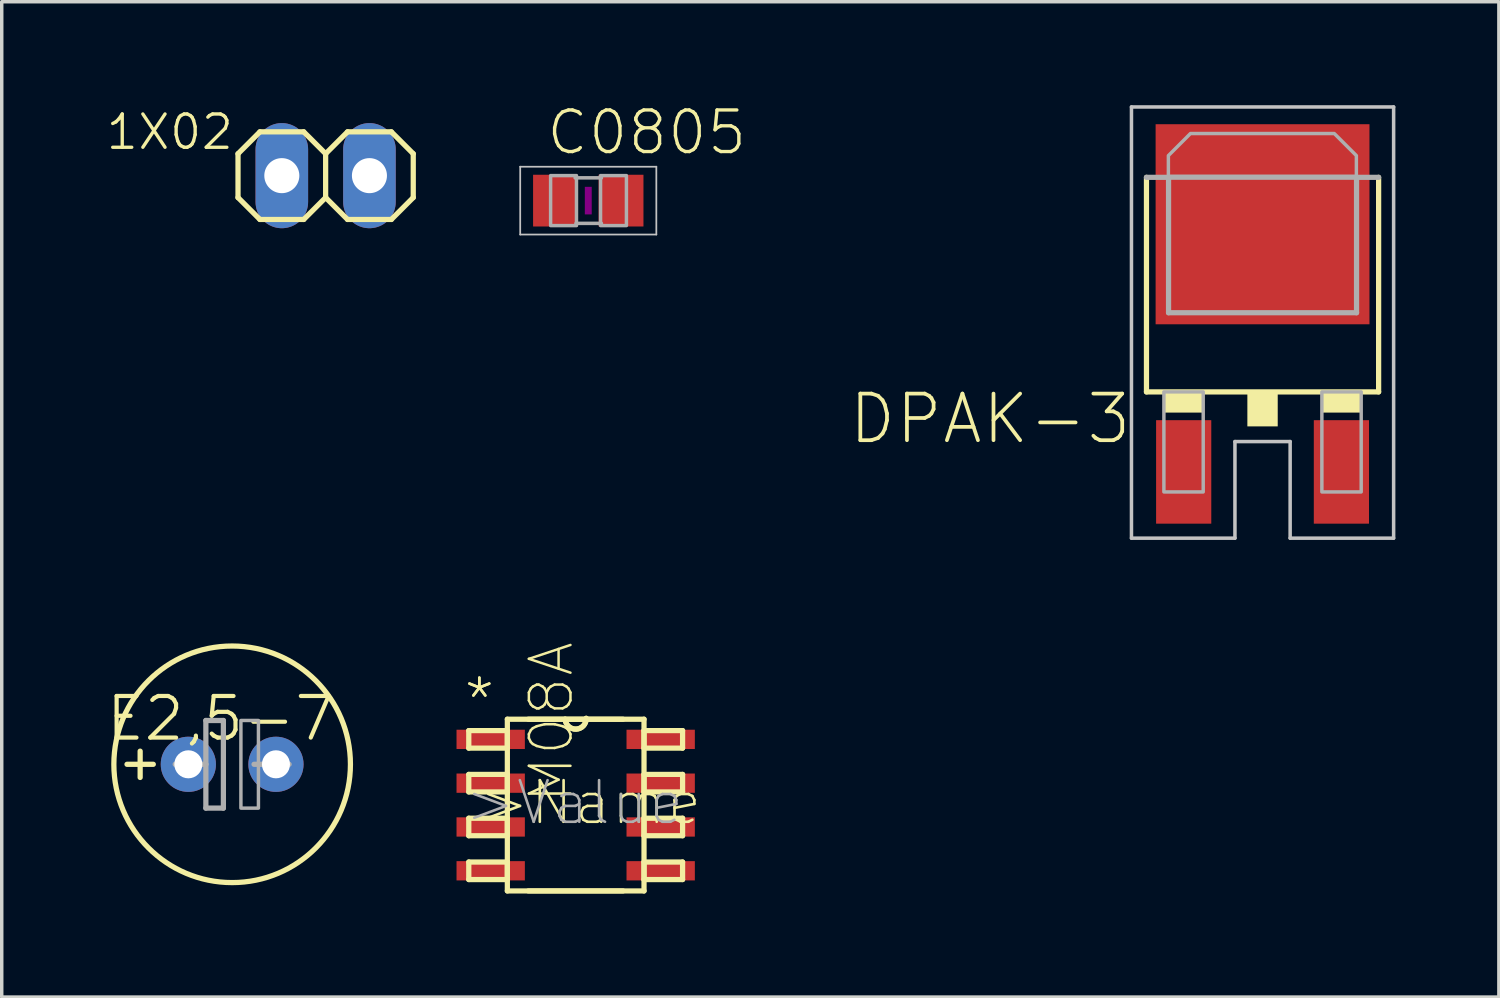
<source format=kicad_pcb>
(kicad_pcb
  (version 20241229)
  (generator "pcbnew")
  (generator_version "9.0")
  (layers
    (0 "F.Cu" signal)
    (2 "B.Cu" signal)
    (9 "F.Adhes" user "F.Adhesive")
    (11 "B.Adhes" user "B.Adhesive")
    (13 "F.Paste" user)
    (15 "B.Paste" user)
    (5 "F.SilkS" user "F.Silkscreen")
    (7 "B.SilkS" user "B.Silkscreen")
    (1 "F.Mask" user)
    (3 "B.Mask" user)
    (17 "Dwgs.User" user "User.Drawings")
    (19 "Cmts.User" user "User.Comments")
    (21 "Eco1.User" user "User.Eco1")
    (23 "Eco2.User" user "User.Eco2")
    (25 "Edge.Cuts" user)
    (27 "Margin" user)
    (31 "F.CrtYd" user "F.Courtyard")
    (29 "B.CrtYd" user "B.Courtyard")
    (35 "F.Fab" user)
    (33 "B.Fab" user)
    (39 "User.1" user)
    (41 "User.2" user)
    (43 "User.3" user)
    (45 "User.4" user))
  (footprint "C0805"
    (layer "F.Cu")
    (at 14.004 2.766)
    (property "Reference" "C0805" (at -1.27 -1.27 180) (layer "F.SilkS") (effects (font (size 1.206 1.206) (thickness 0.097)) (justify left bottom)))
    (attr through_hole)
    (fp_poly (pts (xy -0.1 0.4) (xy 0.1 0.4) (xy 0.1 -0.4) (xy -0.1 -0.4)) (stroke (width 0) (type solid)) (fill yes) (layer "F.Adhes"))
    (fp_line (start -1.973 -0.983) (end 1.973 -0.983) (stroke (width 0.051) (type solid)) (layer "Dwgs.User"))
    (fp_line (start -1.973 0.983) (end -1.973 -0.983) (stroke (width 0.051) (type solid)) (layer "Dwgs.User"))
    (fp_line (start 1.973 -0.983) (end 1.973 0.983) (stroke (width 0.051) (type solid)) (layer "Dwgs.User"))
    (fp_line (start 1.973 0.983) (end -1.973 0.983) (stroke (width 0.051) (type solid)) (layer "Dwgs.User"))
    (fp_line (start -0.381 -0.66) (end 0.381 -0.66) (stroke (width 0.102) (type solid)) (layer "F.Fab"))
    (fp_line (start -0.356 0.66) (end 0.381 0.66) (stroke (width 0.102) (type solid)) (layer "F.Fab"))
    (fp_poly (pts (xy -1.092 0.724) (xy -0.342 0.724) (xy -0.342 -0.726) (xy -1.092 -0.726)) (stroke (width 0.1) (type solid)) (fill no) (layer "F.Fab"))
    (fp_poly (pts (xy 0.356 0.724) (xy 1.106 0.724) (xy 1.106 -0.726) (xy 0.356 -0.726)) (stroke (width 0.1) (type solid)) (fill no) (layer "F.Fab"))
    (pad "1" smd rect (at -0.95 0) (size 1.3 1.5) (layers "F.Cu" "F.Mask" "F.Paste"))
    (pad "2" smd rect (at 0.95 0) (size 1.3 1.5) (layers "F.Cu" "F.Mask" "F.Paste")))
  (footprint "DPAK-3"
    (layer "F.Cu")
    (at 33.551 3.451)
    (property "Reference" "DPAK-3" (at -3.74 4.85 0) (layer "F.SilkS") (effects (font (size 1.351 1.351) (thickness 0.108)) (justify right top)))
    (attr through_hole)
    (fp_line (start -3.365 4.86) (end -3.365 -1.36) (stroke (width 0.152) (type solid)) (layer "F.SilkS"))
    (fp_line (start 3.365 -1.36) (end 3.365 4.86) (stroke (width 0.152) (type solid)) (layer "F.SilkS"))
    (fp_line (start 3.365 4.86) (end -3.365 4.86) (stroke (width 0.152) (type solid)) (layer "F.SilkS"))
    (fp_poly (pts (xy -2.86 5.46) (xy -1.72 5.46) (xy -1.72 4.86) (xy -2.86 4.86)) (stroke (width 0) (type solid)) (fill yes) (layer "F.SilkS"))
    (fp_poly (pts (xy -0.44 5.86) (xy 0.44 5.86) (xy 0.44 4.86) (xy -0.44 4.86)) (stroke (width 0) (type solid)) (fill yes) (layer "F.SilkS"))
    (fp_poly (pts (xy 1.72 5.46) (xy 2.86 5.46) (xy 2.86 4.86) (xy 1.72 4.86)) (stroke (width 0) (type solid)) (fill yes) (layer "F.SilkS"))
    (fp_line (start -3.8 -3.4) (end 3.8 -3.4) (stroke (width 0.102) (type solid)) (layer "Dwgs.User"))
    (fp_line (start -3.8 9.1) (end -3.8 -3.4) (stroke (width 0.102) (type solid)) (layer "Dwgs.User"))
    (fp_line (start -0.8 6.3) (end 0.8 6.3) (stroke (width 0.102) (type solid)) (layer "Dwgs.User"))
    (fp_line (start -0.8 9.1) (end -3.8 9.1) (stroke (width 0.102) (type solid)) (layer "Dwgs.User"))
    (fp_line (start -0.8 9.1) (end -0.8 6.3) (stroke (width 0.102) (type solid)) (layer "Dwgs.User"))
    (fp_line (start 0.8 6.3) (end 0.8 9.1) (stroke (width 0.102) (type solid)) (layer "Dwgs.User"))
    (fp_line (start 3.8 -3.4) (end 3.8 9.1) (stroke (width 0.102) (type solid)) (layer "Dwgs.User"))
    (fp_line (start 3.8 9.1) (end 0.8 9.1) (stroke (width 0.102) (type solid)) (layer "Dwgs.User"))
    (fp_line (start -3.365 -1.36) (end -2.72 -1.36) (stroke (width 0.152) (type solid)) (layer "F.Fab"))
    (fp_line (start -2.725 -1.365) (end 2.725 -1.365) (stroke (width 0.152) (type solid)) (layer "F.Fab"))
    (fp_line (start -2.725 2.565) (end -2.725 -1.365) (stroke (width 0.152) (type solid)) (layer "F.Fab"))
    (fp_line (start 2.72 -1.36) (end 3.365 -1.36) (stroke (width 0.152) (type solid)) (layer "F.Fab"))
    (fp_line (start 2.725 -1.365) (end 2.725 2.565) (stroke (width 0.152) (type solid)) (layer "F.Fab"))
    (fp_line (start 2.725 2.565) (end -2.725 2.565) (stroke (width 0.152) (type solid)) (layer "F.Fab"))
    (fp_poly (pts (xy -2.86 7.76) (xy -1.72 7.76) (xy -1.72 4.86) (xy -2.86 4.86)) (stroke (width 0.1) (type solid)) (fill no) (layer "F.Fab"))
    (fp_poly (pts (xy 1.72 7.76) (xy 2.86 7.76) (xy 2.86 4.86) (xy 1.72 4.86)) (stroke (width 0.1) (type solid)) (fill no) (layer "F.Fab"))
    (fp_poly (pts (xy -2.73 -1.36) (xy -2.73 -1.99) (xy -2.09 -2.63) (xy 2.08 -2.63) (xy 2.72 -1.99) (xy 2.72 -1.36)) (stroke (width 0.1) (type solid)) (fill no) (layer "F.Fab"))
    (pad "1" smd rect (at -2.286 7.18) (size 1.6 3) (layers "F.Cu" "F.Mask" "F.Paste"))
    (pad "3" smd rect (at 2.286 7.18) (size 1.6 3) (layers "F.Cu" "F.Mask" "F.Paste"))
    (pad "4" smd rect (at 0 0 90) (size 5.8 6.2) (layers "F.Cu" "F.Mask" "F.Paste")))
  (footprint "E2,5-7"
    (layer "F.Cu")
    (at 3.68 19.107)
    (property "Reference" "E2,5-7" (at 3.048 -2.032 180) (layer "F.SilkS") (effects (font (size 1.206 1.206) (thickness 0.121)) (justify right top)))
    (attr through_hole)
    (fp_line (start -3.048 0) (end -2.286 0) (stroke (width 0.152) (type solid)) (layer "F.SilkS"))
    (fp_line (start -2.667 0.381) (end -2.667 -0.381) (stroke (width 0.152) (type solid)) (layer "F.SilkS"))
    (fp_circle (center 0 0) (end 3.429 0) (stroke (width 0.152) (type solid)) (fill no) (layer "F.SilkS"))
    (fp_line (start -1.651 0) (end -0.762 0) (stroke (width 0.152) (type solid)) (layer "F.Fab"))
    (fp_line (start -0.762 -1.27) (end -0.762 0) (stroke (width 0.152) (type solid)) (layer "F.Fab"))
    (fp_line (start -0.762 0) (end -0.762 1.27) (stroke (width 0.152) (type solid)) (layer "F.Fab"))
    (fp_line (start -0.762 1.27) (end -0.254 1.27) (stroke (width 0.152) (type solid)) (layer "F.Fab"))
    (fp_line (start -0.254 -1.27) (end -0.762 -1.27) (stroke (width 0.152) (type solid)) (layer "F.Fab"))
    (fp_line (start -0.254 1.27) (end -0.254 -1.27) (stroke (width 0.152) (type solid)) (layer "F.Fab"))
    (fp_line (start 0.635 0) (end 1.651 0) (stroke (width 0.152) (type solid)) (layer "F.Fab"))
    (fp_poly (pts (xy 0.254 1.27) (xy 0.762 1.27) (xy 0.762 -1.27) (xy 0.254 -1.27)) (stroke (width 0.1) (type solid)) (fill no) (layer "F.Fab"))
    (pad "+" thru_hole circle (at -1.27 0) (size 1.6 1.6) (drill 0.813) (layers "*.Cu" "*.Mask"))
    (pad "-" thru_hole circle (at 1.27 0) (size 1.6 1.6) (drill 0.813) (layers "*.Cu" "*.Mask")))
  (footprint "1X02"
    (layer "F.Cu")
    (at 6.39 2.042)
    (property "Reference" "1X02" (at -2.616 -1.829 180) (layer "F.SilkS") (effects (font (size 0.965 0.965) (thickness 0.097)) (justify right top)))
    (attr through_hole)
    (fp_line (start -2.54 -0.635) (end -2.54 0.635) (stroke (width 0.152) (type solid)) (layer "F.SilkS"))
    (fp_line (start -2.54 0.635) (end -1.905 1.27) (stroke (width 0.152) (type solid)) (layer "F.SilkS"))
    (fp_line (start -1.905 -1.27) (end -2.54 -0.635) (stroke (width 0.152) (type solid)) (layer "F.SilkS"))
    (fp_line (start -1.905 -1.27) (end -0.635 -1.27) (stroke (width 0.152) (type solid)) (layer "F.SilkS"))
    (fp_line (start -0.635 -1.27) (end 0 -0.635) (stroke (width 0.152) (type solid)) (layer "F.SilkS"))
    (fp_line (start -0.635 1.27) (end -1.905 1.27) (stroke (width 0.152) (type solid)) (layer "F.SilkS"))
    (fp_line (start 0 -0.635) (end 0 0.635) (stroke (width 0.152) (type solid)) (layer "F.SilkS"))
    (fp_line (start 0 -0.635) (end 0.635 -1.27) (stroke (width 0.152) (type solid)) (layer "F.SilkS"))
    (fp_line (start 0 0.635) (end -0.635 1.27) (stroke (width 0.152) (type solid)) (layer "F.SilkS"))
    (fp_line (start 0.635 -1.27) (end 1.905 -1.27) (stroke (width 0.152) (type solid)) (layer "F.SilkS"))
    (fp_line (start 0.635 1.27) (end 0 0.635) (stroke (width 0.152) (type solid)) (layer "F.SilkS"))
    (fp_line (start 1.905 -1.27) (end 2.54 -0.635) (stroke (width 0.152) (type solid)) (layer "F.SilkS"))
    (fp_line (start 1.905 1.27) (end 0.635 1.27) (stroke (width 0.152) (type solid)) (layer "F.SilkS"))
    (fp_line (start 2.54 -0.635) (end 2.54 0.635) (stroke (width 0.152) (type solid)) (layer "F.SilkS"))
    (fp_line (start 2.54 0.635) (end 1.905 1.27) (stroke (width 0.152) (type solid)) (layer "F.SilkS"))
    (fp_poly (pts (xy -1.524 0.254) (xy -1.016 0.254) (xy -1.016 -0.254) (xy -1.524 -0.254)) (stroke (width 0.1) (type solid)) (fill no) (layer "F.Fab"))
    (fp_poly (pts (xy 1.016 0.254) (xy 1.524 0.254) (xy 1.524 -0.254) (xy 1.016 -0.254)) (stroke (width 0.1) (type solid)) (fill no) (layer "F.Fab"))
    (pad "1" thru_hole oval (at -1.27 0 90) (size 3.048 1.524) (drill 1.016) (layers "*.Cu" "*.Mask"))
    (pad "2" thru_hole oval (at 1.27 0 90) (size 3.048 1.524) (drill 1.016) (layers "*.Cu" "*.Mask")))
  (footprint "M08A"
    (layer "F.Cu")
    (at 13.639 20.289)
    (property "Reference" "M08A" (at 0 0 90) (layer "F.SilkS") (effects (font (size 1.206 1.206) (thickness 0.072)) (justify left bottom)))
    (attr through_hole)
    (fp_line (start -3.099 -2.159) (end -3.099 -1.651) (stroke (width 0.152) (type solid)) (layer "F.SilkS"))
    (fp_line (start -3.099 -1.651) (end -1.981 -1.651) (stroke (width 0.152) (type solid)) (layer "F.SilkS"))
    (fp_line (start -3.099 -0.889) (end -3.099 -0.381) (stroke (width 0.152) (type solid)) (layer "F.SilkS"))
    (fp_line (start -3.099 -0.381) (end -1.981 -0.381) (stroke (width 0.152) (type solid)) (layer "F.SilkS"))
    (fp_line (start -3.099 0.381) (end -3.099 0.889) (stroke (width 0.152) (type solid)) (layer "F.SilkS"))
    (fp_line (start -3.099 0.889) (end -1.981 0.889) (stroke (width 0.152) (type solid)) (layer "F.SilkS"))
    (fp_line (start -3.099 1.651) (end -3.099 2.159) (stroke (width 0.152) (type solid)) (layer "F.SilkS"))
    (fp_line (start -3.099 2.159) (end -1.981 2.159) (stroke (width 0.152) (type solid)) (layer "F.SilkS"))
    (fp_line (start -1.981 -2.489) (end -1.981 2.489) (stroke (width 0.152) (type solid)) (layer "F.SilkS"))
    (fp_line (start -1.981 -2.159) (end -3.099 -2.159) (stroke (width 0.152) (type solid)) (layer "F.SilkS"))
    (fp_line (start -1.981 -1.651) (end -1.981 -2.159) (stroke (width 0.152) (type solid)) (layer "F.SilkS"))
    (fp_line (start -1.981 -0.889) (end -3.099 -0.889) (stroke (width 0.152) (type solid)) (layer "F.SilkS"))
    (fp_line (start -1.981 -0.381) (end -1.981 -0.889) (stroke (width 0.152) (type solid)) (layer "F.SilkS"))
    (fp_line (start -1.981 0.381) (end -3.099 0.381) (stroke (width 0.152) (type solid)) (layer "F.SilkS"))
    (fp_line (start -1.981 0.889) (end -1.981 0.381) (stroke (width 0.152) (type solid)) (layer "F.SilkS"))
    (fp_line (start -1.981 1.651) (end -3.099 1.651) (stroke (width 0.152) (type solid)) (layer "F.SilkS"))
    (fp_line (start -1.981 2.159) (end -1.981 1.651) (stroke (width 0.152) (type solid)) (layer "F.SilkS"))
    (fp_line (start -1.981 2.489) (end 1.981 2.489) (stroke (width 0.152) (type solid)) (layer "F.SilkS"))
    (fp_line (start -1.372 2.489) (end 1.372 2.489) (stroke (width 0.152) (type solid)) (layer "F.SilkS"))
    (fp_line (start 1.372 -2.489) (end -1.372 -2.489) (stroke (width 0.152) (type solid)) (layer "F.SilkS"))
    (fp_line (start 1.981 -2.489) (end -1.981 -2.489) (stroke (width 0.152) (type solid)) (layer "F.SilkS"))
    (fp_line (start 1.981 -2.159) (end 1.981 -1.651) (stroke (width 0.152) (type solid)) (layer "F.SilkS"))
    (fp_line (start 1.981 -1.651) (end 3.099 -1.651) (stroke (width 0.152) (type solid)) (layer "F.SilkS"))
    (fp_line (start 1.981 -0.889) (end 1.981 -0.381) (stroke (width 0.152) (type solid)) (layer "F.SilkS"))
    (fp_line (start 1.981 -0.381) (end 3.099 -0.381) (stroke (width 0.152) (type solid)) (layer "F.SilkS"))
    (fp_line (start 1.981 0.381) (end 1.981 0.889) (stroke (width 0.152) (type solid)) (layer "F.SilkS"))
    (fp_line (start 1.981 0.889) (end 3.099 0.889) (stroke (width 0.152) (type solid)) (layer "F.SilkS"))
    (fp_line (start 1.981 1.651) (end 1.981 2.159) (stroke (width 0.152) (type solid)) (layer "F.SilkS"))
    (fp_line (start 1.981 2.159) (end 3.099 2.159) (stroke (width 0.152) (type solid)) (layer "F.SilkS"))
    (fp_line (start 1.981 2.489) (end 1.981 -2.489) (stroke (width 0.152) (type solid)) (layer "F.SilkS"))
    (fp_line (start 3.099 -2.159) (end 1.981 -2.159) (stroke (width 0.152) (type solid)) (layer "F.SilkS"))
    (fp_line (start 3.099 -1.651) (end 3.099 -2.159) (stroke (width 0.152) (type solid)) (layer "F.SilkS"))
    (fp_line (start 3.099 -0.889) (end 1.981 -0.889) (stroke (width 0.152) (type solid)) (layer "F.SilkS"))
    (fp_line (start 3.099 -0.381) (end 3.099 -0.889) (stroke (width 0.152) (type solid)) (layer "F.SilkS"))
    (fp_line (start 3.099 0.381) (end 1.981 0.381) (stroke (width 0.152) (type solid)) (layer "F.SilkS"))
    (fp_line (start 3.099 0.889) (end 3.099 0.381) (stroke (width 0.152) (type solid)) (layer "F.SilkS"))
    (fp_line (start 3.099 1.651) (end 1.981 1.651) (stroke (width 0.152) (type solid)) (layer "F.SilkS"))
    (fp_line (start 3.099 2.159) (end 3.099 1.651) (stroke (width 0.152) (type solid)) (layer "F.SilkS"))
    (fp_arc (start 0.3048 -2.5146) (mid 0.0127 -2.1971) (end -0.3048 -2.4892) (stroke (width 0.1524) (type solid)) (layer "F.SilkS"))
    (fp_arc (start 0.3048 -2.5146) (mid 0.0127 -2.1971) (end -0.3048 -2.4892) (stroke (width 0.1524) (type solid)) (layer "F.SilkS"))
    (fp_text user "*" (at -3.302 -2.337 0) (layer "F.SilkS") (effects (font (size 1.206 1.206) (thickness 0.076)) (justify left bottom)))
    (fp_text user "*" (at -3.302 -2.337 0) (layer "F.SilkS") (effects (font (size 1.206 1.206) (thickness 0.076)) (justify left bottom)))
    (fp_text user ">Name" (at -2.87 0.635 0) (layer "F.SilkS") (effects (font (size 1.206 1.206) (thickness 0.076)) (justify left bottom)))
    (fp_text user ">Value" (at -3.277 0.635 0) (layer "F.Fab") (effects (font (size 1.206 1.206) (thickness 0.076)) (justify left bottom)))
    (pad "1" smd rect (at -2.464 -1.905) (size 1.981 0.559) (layers "F.Cu" "F.Mask" "F.Paste"))
    (pad "2" smd rect (at -2.464 -0.635) (size 1.981 0.559) (layers "F.Cu" "F.Mask" "F.Paste"))
    (pad "3" smd rect (at -2.464 0.635) (size 1.981 0.559) (layers "F.Cu" "F.Mask" "F.Paste"))
    (pad "4" smd rect (at -2.464 1.905) (size 1.981 0.559) (layers "F.Cu" "F.Mask" "F.Paste"))
    (pad "5" smd rect (at 2.464 1.905) (size 1.981 0.559) (layers "F.Cu" "F.Mask" "F.Paste"))
    (pad "6" smd rect (at 2.464 0.635) (size 1.981 0.559) (layers "F.Cu" "F.Mask" "F.Paste"))
    (pad "7" smd rect (at 2.464 -0.635) (size 1.981 0.559) (layers "F.Cu" "F.Mask" "F.Paste"))
    (pad "8" smd rect (at 2.464 -1.905) (size 1.981 0.559) (layers "F.Cu" "F.Mask" "F.Paste")))
  (gr_rect
    (start -3 -3)
    (end 40.402 25.854)
    (stroke (width 0.1) (type default))
    (fill no)
    (layer "Edge.Cuts")))
</source>
